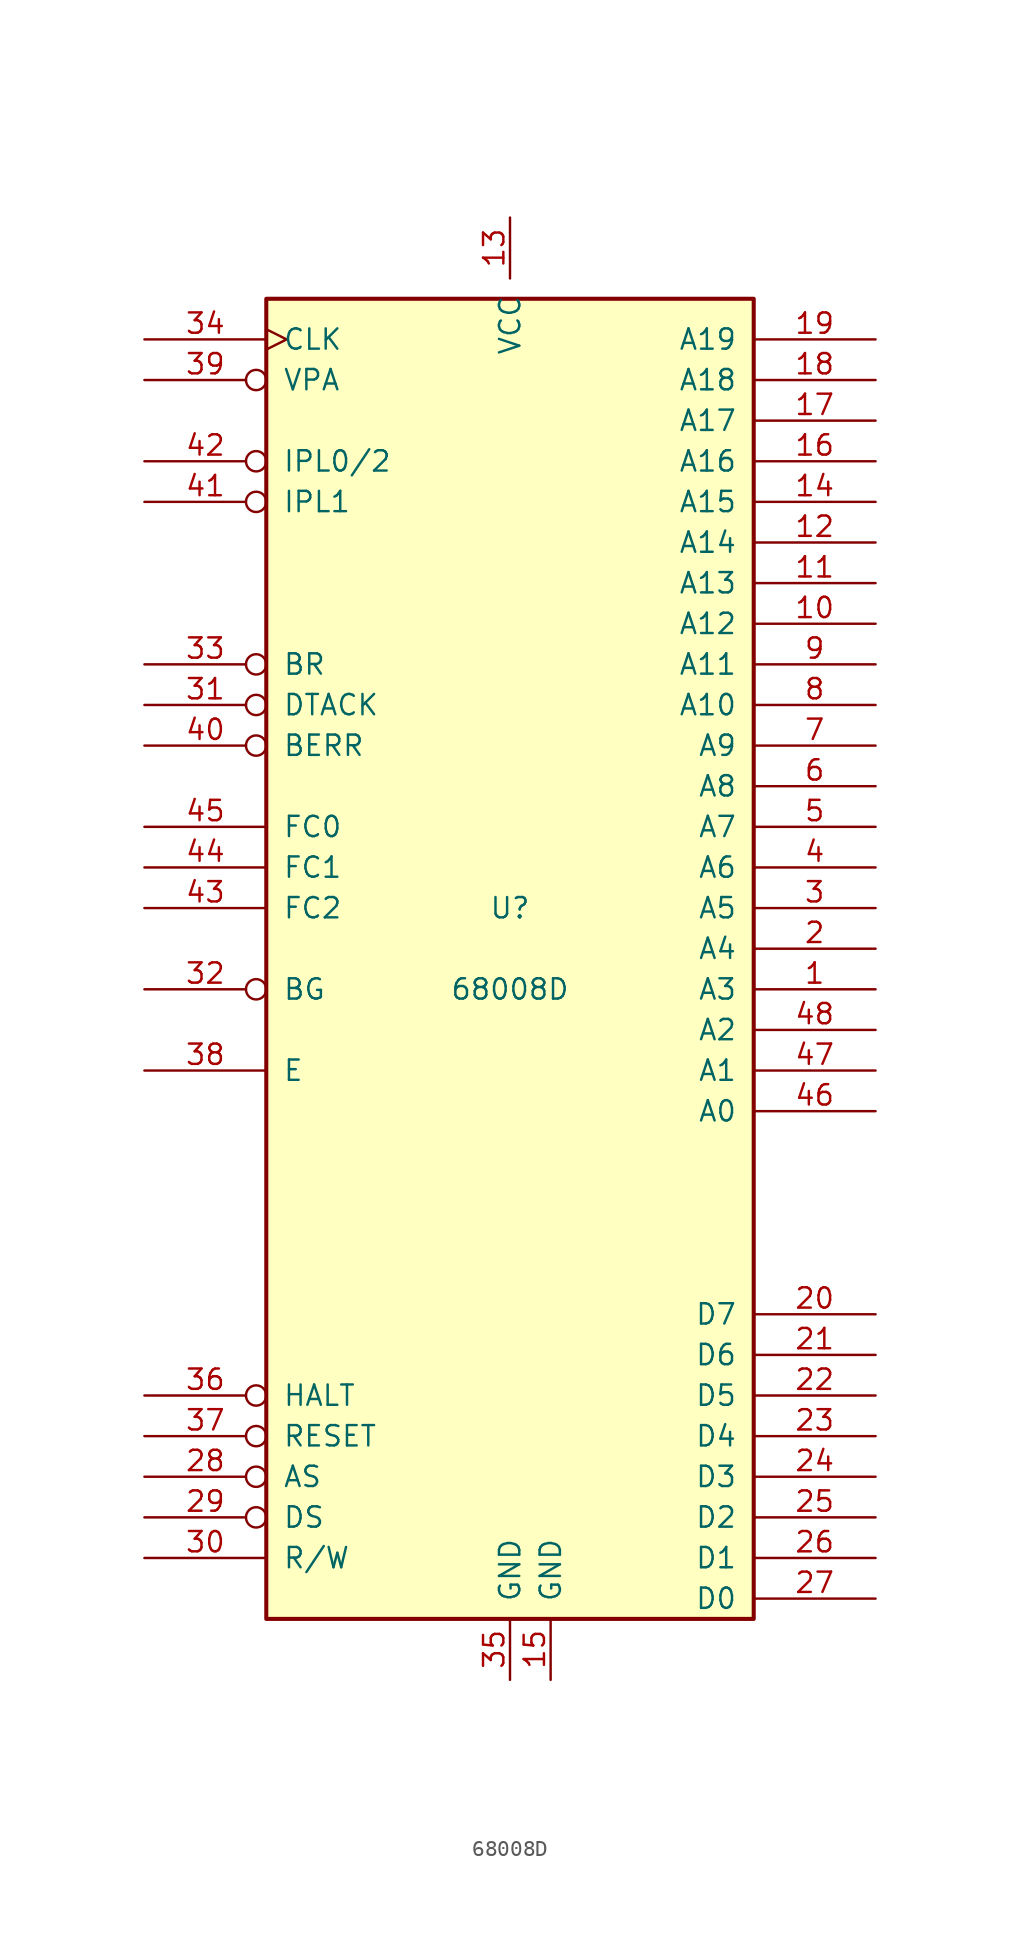
<source format=kicad_sym>
(kicad_symbol_lib
  (version 20220914)
  (generator kicad_symbol_editor)
  (symbol "68008D"
    (pin_names
      (offset 1.016))
    (property "Reference" "U"
      (at 0 2.54 0)
      (effects (font (size 1.27 1.27))))
    (property "Value" "68008D"
      (at 0 -2.54 0)
      (effects (font (size 1.27 1.27))))
    (symbol "68008D_0_1"
      (rectangle (start -15.24 -41.91) (end 15.24 40.64) (stroke (width 0.254) (type default)) (fill (type background))))
    (symbol "68008D_1_1"
      (pin tri_state line (at 22.86 -2.54 180) (length 7.62) (name "A3" (effects (font (size 1.27 1.27)))) (number "1" (effects (font (size 1.27 1.27)))))
      (pin tri_state line (at 22.86 20.32 180) (length 7.62) (name "A12" (effects (font (size 1.27 1.27)))) (number "10" (effects (font (size 1.27 1.27)))))
      (pin tri_state line (at 22.86 22.86 180) (length 7.62) (name "A13" (effects (font (size 1.27 1.27)))) (number "11" (effects (font (size 1.27 1.27)))))
      (pin tri_state line (at 22.86 25.4 180) (length 7.62) (name "A14" (effects (font (size 1.27 1.27)))) (number "12" (effects (font (size 1.27 1.27)))))
      (pin power_in line (at 0 45.72 270) (length 3.81) (name "VCC" (effects (font (size 1.27 1.27)))) (number "13" (effects (font (size 1.27 1.27)))))
      (pin tri_state line (at 22.86 27.94 180) (length 7.62) (name "A15" (effects (font (size 1.27 1.27)))) (number "14" (effects (font (size 1.27 1.27)))))
      (pin power_in line (at 2.54 -45.72 90) (length 3.81) (name "GND" (effects (font (size 1.27 1.27)))) (number "15" (effects (font (size 1.27 1.27)))))
      (pin tri_state line (at 22.86 30.48 180) (length 7.62) (name "A16" (effects (font (size 1.27 1.27)))) (number "16" (effects (font (size 1.27 1.27)))))
      (pin tri_state line (at 22.86 33.02 180) (length 7.62) (name "A17" (effects (font (size 1.27 1.27)))) (number "17" (effects (font (size 1.27 1.27)))))
      (pin tri_state line (at 22.86 35.56 180) (length 7.62) (name "A18" (effects (font (size 1.27 1.27)))) (number "18" (effects (font (size 1.27 1.27)))))
      (pin tri_state line (at 22.86 38.1 180) (length 7.62) (name "A19" (effects (font (size 1.27 1.27)))) (number "19" (effects (font (size 1.27 1.27)))))
      (pin tri_state line (at 22.86 0 180) (length 7.62) (name "A4" (effects (font (size 1.27 1.27)))) (number "2" (effects (font (size 1.27 1.27)))))
      (pin tri_state line (at 22.86 -22.86 180) (length 7.62) (name "D7" (effects (font (size 1.27 1.27)))) (number "20" (effects (font (size 1.27 1.27)))))
      (pin tri_state line (at 22.86 -25.4 180) (length 7.62) (name "D6" (effects (font (size 1.27 1.27)))) (number "21" (effects (font (size 1.27 1.27)))))
      (pin tri_state line (at 22.86 -27.94 180) (length 7.62) (name "D5" (effects (font (size 1.27 1.27)))) (number "22" (effects (font (size 1.27 1.27)))))
      (pin tri_state line (at 22.86 -30.48 180) (length 7.62) (name "D4" (effects (font (size 1.27 1.27)))) (number "23" (effects (font (size 1.27 1.27)))))
      (pin tri_state line (at 22.86 -33.02 180) (length 7.62) (name "D3" (effects (font (size 1.27 1.27)))) (number "24" (effects (font (size 1.27 1.27)))))
      (pin tri_state line (at 22.86 -35.56 180) (length 7.62) (name "D2" (effects (font (size 1.27 1.27)))) (number "25" (effects (font (size 1.27 1.27)))))
      (pin tri_state line (at 22.86 -38.1 180) (length 7.62) (name "D1" (effects (font (size 1.27 1.27)))) (number "26" (effects (font (size 1.27 1.27)))))
      (pin tri_state line (at 22.86 -40.64 180) (length 7.62) (name "D0" (effects (font (size 1.27 1.27)))) (number "27" (effects (font (size 1.27 1.27)))))
      (pin tri_state inverted (at -22.86 -33.02 0) (length 7.62) (name "AS" (effects (font (size 1.27 1.27)))) (number "28" (effects (font (size 1.27 1.27)))))
      (pin tri_state inverted (at -22.86 -35.56 0) (length 7.62) (name "DS" (effects (font (size 1.27 1.27)))) (number "29" (effects (font (size 1.27 1.27)))))
      (pin tri_state line (at 22.86 2.54 180) (length 7.62) (name "A5" (effects (font (size 1.27 1.27)))) (number "3" (effects (font (size 1.27 1.27)))))
      (pin tri_state line (at -22.86 -38.1 0) (length 7.62) (name "R/W" (effects (font (size 1.27 1.27)))) (number "30" (effects (font (size 1.27 1.27)))))
      (pin input inverted (at -22.86 15.24 0) (length 7.62) (name "DTACK" (effects (font (size 1.27 1.27)))) (number "31" (effects (font (size 1.27 1.27)))))
      (pin output inverted (at -22.86 -2.54 0) (length 7.62) (name "BG" (effects (font (size 1.27 1.27)))) (number "32" (effects (font (size 1.27 1.27)))))
      (pin input inverted (at -22.86 17.78 0) (length 7.62) (name "BR" (effects (font (size 1.27 1.27)))) (number "33" (effects (font (size 1.27 1.27)))))
      (pin input clock (at -22.86 38.1 0) (length 7.62) (name "CLK" (effects (font (size 1.27 1.27)))) (number "34" (effects (font (size 1.27 1.27)))))
      (pin power_in line (at 0 -45.72 90) (length 3.81) (name "GND" (effects (font (size 1.27 1.27)))) (number "35" (effects (font (size 1.27 1.27)))))
      (pin bidirectional inverted (at -22.86 -27.94 0) (length 7.62) (name "HALT" (effects (font (size 1.27 1.27)))) (number "36" (effects (font (size 1.27 1.27)))))
      (pin bidirectional inverted (at -22.86 -30.48 0) (length 7.62) (name "RESET" (effects (font (size 1.27 1.27)))) (number "37" (effects (font (size 1.27 1.27)))))
      (pin output line (at -22.86 -7.62 0) (length 7.62) (name "E" (effects (font (size 1.27 1.27)))) (number "38" (effects (font (size 1.27 1.27)))))
      (pin input inverted (at -22.86 35.56 0) (length 7.62) (name "VPA" (effects (font (size 1.27 1.27)))) (number "39" (effects (font (size 1.27 1.27)))))
      (pin tri_state line (at 22.86 5.08 180) (length 7.62) (name "A6" (effects (font (size 1.27 1.27)))) (number "4" (effects (font (size 1.27 1.27)))))
      (pin input inverted (at -22.86 12.7 0) (length 7.62) (name "BERR" (effects (font (size 1.27 1.27)))) (number "40" (effects (font (size 1.27 1.27)))))
      (pin input inverted (at -22.86 27.94 0) (length 7.62) (name "IPL1" (effects (font (size 1.27 1.27)))) (number "41" (effects (font (size 1.27 1.27)))))
      (pin input inverted (at -22.86 30.48 0) (length 7.62) (name "IPL0/2" (effects (font (size 1.27 1.27)))) (number "42" (effects (font (size 1.27 1.27)))))
      (pin output line (at -22.86 2.54 0) (length 7.62) (name "FC2" (effects (font (size 1.27 1.27)))) (number "43" (effects (font (size 1.27 1.27)))))
      (pin output line (at -22.86 5.08 0) (length 7.62) (name "FC1" (effects (font (size 1.27 1.27)))) (number "44" (effects (font (size 1.27 1.27)))))
      (pin output line (at -22.86 7.62 0) (length 7.62) (name "FC0" (effects (font (size 1.27 1.27)))) (number "45" (effects (font (size 1.27 1.27)))))
      (pin tri_state line (at 22.86 -10.16 180) (length 7.62) (name "A0" (effects (font (size 1.27 1.27)))) (number "46" (effects (font (size 1.27 1.27)))))
      (pin tri_state line (at 22.86 -7.62 180) (length 7.62) (name "A1" (effects (font (size 1.27 1.27)))) (number "47" (effects (font (size 1.27 1.27)))))
      (pin tri_state line (at 22.86 -5.08 180) (length 7.62) (name "A2" (effects (font (size 1.27 1.27)))) (number "48" (effects (font (size 1.27 1.27)))))
      (pin tri_state line (at 22.86 7.62 180) (length 7.62) (name "A7" (effects (font (size 1.27 1.27)))) (number "5" (effects (font (size 1.27 1.27)))))
      (pin tri_state line (at 22.86 10.16 180) (length 7.62) (name "A8" (effects (font (size 1.27 1.27)))) (number "6" (effects (font (size 1.27 1.27)))))
      (pin tri_state line (at 22.86 12.7 180) (length 7.62) (name "A9" (effects (font (size 1.27 1.27)))) (number "7" (effects (font (size 1.27 1.27)))))
      (pin tri_state line (at 22.86 15.24 180) (length 7.62) (name "A10" (effects (font (size 1.27 1.27)))) (number "8" (effects (font (size 1.27 1.27)))))
      (pin tri_state line (at 22.86 17.78 180) (length 7.62) (name "A11" (effects (font (size 1.27 1.27)))) (number "9" (effects (font (size 1.27 1.27))))))))
</source>
